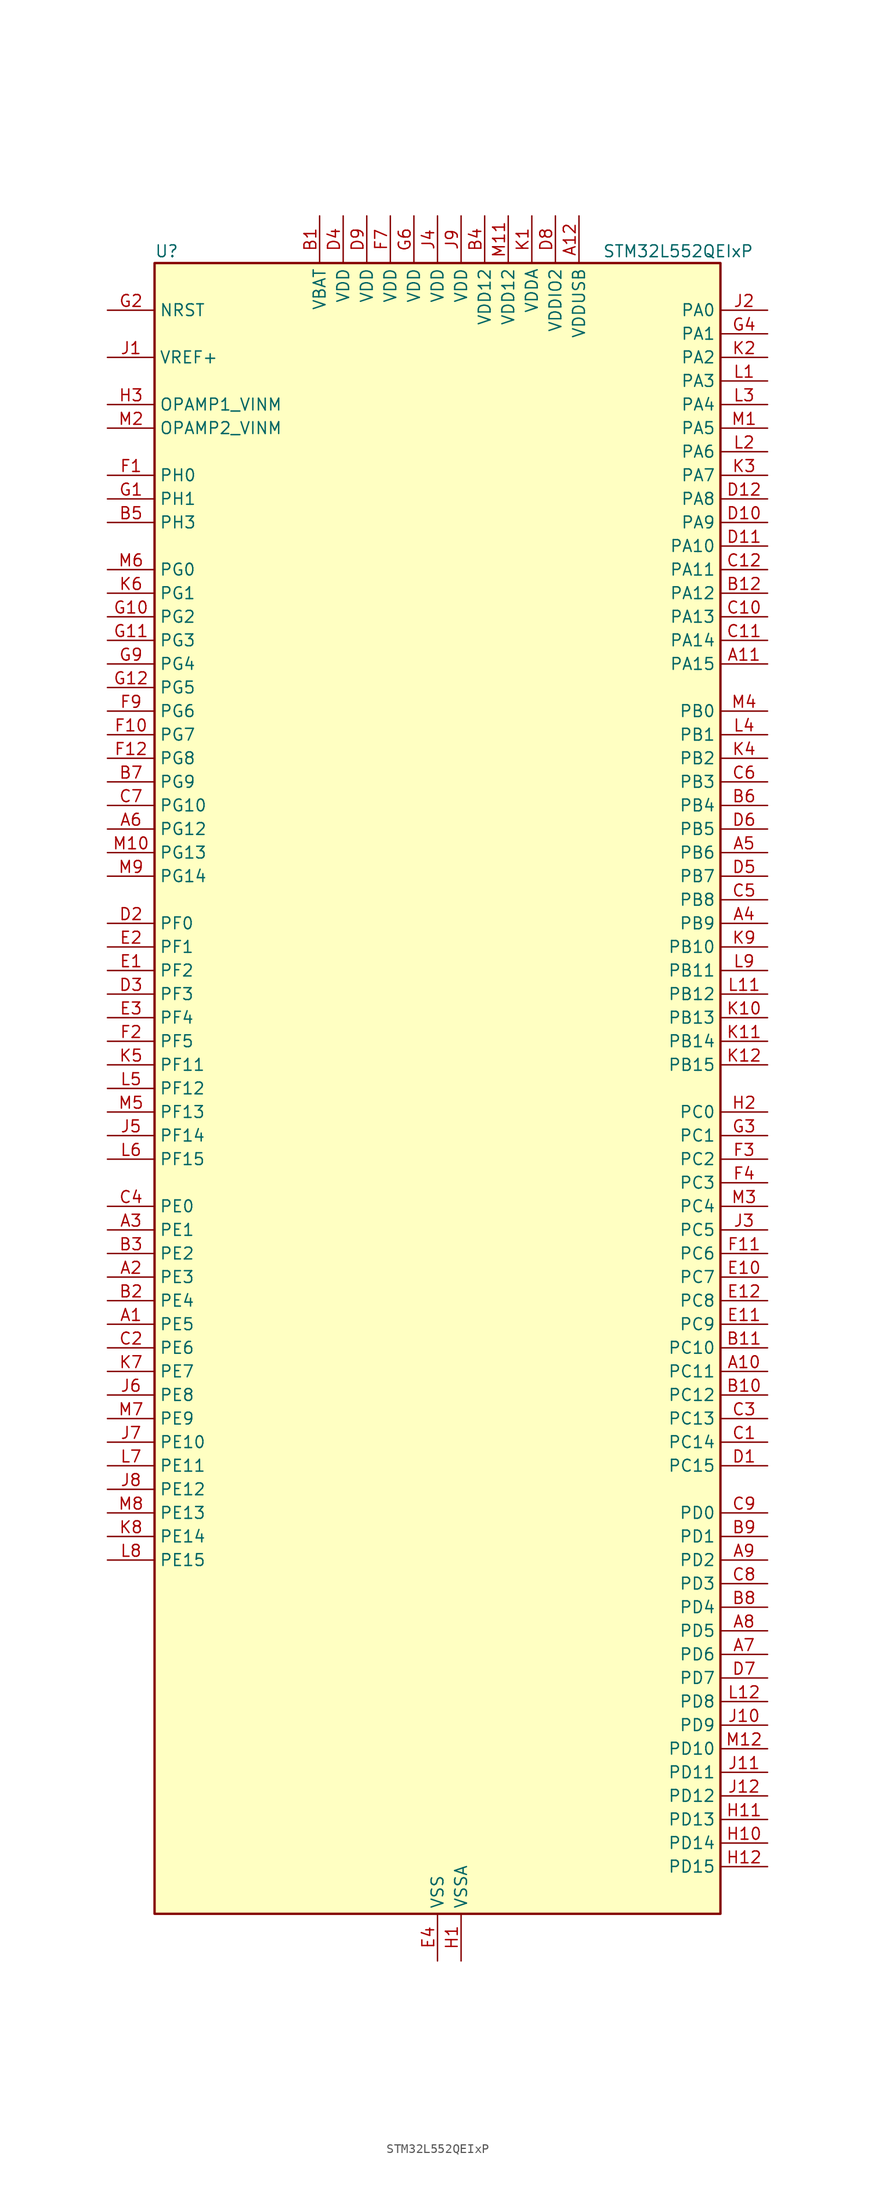
<source format=kicad_sym>
(kicad_symbol_lib
  (version 20241209)
  (generator "kicad_symbol_editor")
  (generator_version "9.0")
  (symbol "STM32L552QEIxP"
    (property "Reference" "U"
      (at -30.48 90.17 0)
      (effects (font (size 1.27 1.27)) (justify left)))
    (property "Value" "STM32L552QEIxP"
      (at 17.78 90.17 0)
      (effects (font (size 1.27 1.27)) (justify left)))
    (symbol "STM32L552QEIxP_0_1"
      (rectangle (start -30.48 -88.9) (end 30.48 88.9) (stroke (width 0.254) (type default)) (fill (type background))))
    (symbol "STM32L552QEIxP_1_1"
      (pin input line (at -35.56 83.82 0) (length 5.08) (name "NRST" (effects (font (size 1.27 1.27)))) (number "G2" (effects (font (size 1.27 1.27)))))
      (pin input line (at -35.56 78.74 0) (length 5.08) (name "VREF+" (effects (font (size 1.27 1.27)))) (number "J1" (effects (font (size 1.27 1.27)))) (alternate "VREFBUF_OUT" bidirectional line))
      (pin bidirectional line (at -35.56 73.66 0) (length 5.08) (name "OPAMP1_VINM" (effects (font (size 1.27 1.27)))) (number "H3" (effects (font (size 1.27 1.27)))) (alternate "OPAMP1_VINM" bidirectional line))
      (pin bidirectional line (at -35.56 71.12 0) (length 5.08) (name "OPAMP2_VINM" (effects (font (size 1.27 1.27)))) (number "M2" (effects (font (size 1.27 1.27)))) (alternate "OPAMP2_VINM" bidirectional line))
      (pin bidirectional line (at -35.56 66.04 0) (length 5.08) (name "PH0" (effects (font (size 1.27 1.27)))) (number "F1" (effects (font (size 1.27 1.27)))) (alternate "RCC_OSC_IN" bidirectional line))
      (pin bidirectional line (at -35.56 63.5 0) (length 5.08) (name "PH1" (effects (font (size 1.27 1.27)))) (number "G1" (effects (font (size 1.27 1.27)))) (alternate "RCC_OSC_OUT" bidirectional line))
      (pin bidirectional line (at -35.56 60.96 0) (length 5.08) (name "PH3" (effects (font (size 1.27 1.27)))) (number "B5" (effects (font (size 1.27 1.27)))))
      (pin bidirectional line (at -35.56 55.88 0) (length 5.08) (name "PG0" (effects (font (size 1.27 1.27)))) (number "M6" (effects (font (size 1.27 1.27)))) (alternate "FMC_A10" bidirectional line) (alternate "TSC_G8_IO3" bidirectional line))
      (pin bidirectional line (at -35.56 53.34 0) (length 5.08) (name "PG1" (effects (font (size 1.27 1.27)))) (number "K6" (effects (font (size 1.27 1.27)))) (alternate "FMC_A11" bidirectional line) (alternate "TSC_G8_IO4" bidirectional line))
      (pin bidirectional line (at -35.56 50.8 0) (length 5.08) (name "PG2" (effects (font (size 1.27 1.27)))) (number "G10" (effects (font (size 1.27 1.27)))) (alternate "FMC_A12" bidirectional line) (alternate "SAI2_SCK_B" bidirectional line) (alternate "SPI1_SCK" bidirectional line))
      (pin bidirectional line (at -35.56 48.26 0) (length 5.08) (name "PG3" (effects (font (size 1.27 1.27)))) (number "G11" (effects (font (size 1.27 1.27)))) (alternate "FMC_A13" bidirectional line) (alternate "SAI2_FS_B" bidirectional line) (alternate "SPI1_MISO" bidirectional line))
      (pin bidirectional line (at -35.56 45.72 0) (length 5.08) (name "PG4" (effects (font (size 1.27 1.27)))) (number "G9" (effects (font (size 1.27 1.27)))) (alternate "FMC_A14" bidirectional line) (alternate "SAI2_MCLK_B" bidirectional line) (alternate "SPI1_MOSI" bidirectional line))
      (pin bidirectional line (at -35.56 43.18 0) (length 5.08) (name "PG5" (effects (font (size 1.27 1.27)))) (number "G12" (effects (font (size 1.27 1.27)))) (alternate "FMC_A15" bidirectional line) (alternate "LPUART1_CTS" bidirectional line) (alternate "SAI2_SD_B" bidirectional line) (alternate "SPI1_NSS" bidirectional line))
      (pin bidirectional line (at -35.56 40.64 0) (length 5.08) (name "PG6" (effects (font (size 1.27 1.27)))) (number "F9" (effects (font (size 1.27 1.27)))) (alternate "I2C3_SMBA" bidirectional line) (alternate "LPUART1_DE" bidirectional line) (alternate "LPUART1_RTS" bidirectional line) (alternate "OCTOSPI1_DQS" bidirectional line) (alternate "UCPD1_FRSTX1" bidirectional line))
      (pin bidirectional line (at -35.56 38.1 0) (length 5.08) (name "PG7" (effects (font (size 1.27 1.27)))) (number "F10" (effects (font (size 1.27 1.27)))) (alternate "DFSDM1_CKOUT" bidirectional line) (alternate "FMC_INT" bidirectional line) (alternate "I2C3_SCL" bidirectional line) (alternate "LPUART1_TX" bidirectional line) (alternate "SAI1_CK1" bidirectional line) (alternate "SAI1_MCLK_A" bidirectional line) (alternate "UCPD1_FRSTX2" bidirectional line))
      (pin bidirectional line (at -35.56 35.56 0) (length 5.08) (name "PG8" (effects (font (size 1.27 1.27)))) (number "F12" (effects (font (size 1.27 1.27)))) (alternate "I2C3_SDA" bidirectional line) (alternate "LPUART1_RX" bidirectional line))
      (pin bidirectional line (at -35.56 33.02 0) (length 5.08) (name "PG9" (effects (font (size 1.27 1.27)))) (number "B7" (effects (font (size 1.27 1.27)))) (alternate "DAC1_EXTI9" bidirectional line) (alternate "FMC_NCE" bidirectional line) (alternate "FMC_NE2" bidirectional line) (alternate "SAI2_SCK_A" bidirectional line) (alternate "SPI3_SCK" bidirectional line) (alternate "TIM15_CH1N" bidirectional line) (alternate "USART1_TX" bidirectional line))
      (pin bidirectional line (at -35.56 30.48 0) (length 5.08) (name "PG10" (effects (font (size 1.27 1.27)))) (number "C7" (effects (font (size 1.27 1.27)))) (alternate "FMC_NE3" bidirectional line) (alternate "LPTIM1_IN1" bidirectional line) (alternate "SAI2_FS_A" bidirectional line) (alternate "SPI3_MISO" bidirectional line) (alternate "TIM15_CH1" bidirectional line) (alternate "USART1_RX" bidirectional line))
      (pin bidirectional line (at -35.56 27.94 0) (length 5.08) (name "PG12" (effects (font (size 1.27 1.27)))) (number "A6" (effects (font (size 1.27 1.27)))) (alternate "FMC_NE4" bidirectional line) (alternate "LPTIM1_ETR" bidirectional line) (alternate "SAI2_SD_A" bidirectional line) (alternate "SPI3_NSS" bidirectional line) (alternate "USART1_DE" bidirectional line) (alternate "USART1_RTS" bidirectional line))
      (pin bidirectional line (at -35.56 25.4 0) (length 5.08) (name "PG13" (effects (font (size 1.27 1.27)))) (number "M10" (effects (font (size 1.27 1.27)))) (alternate "FMC_A24" bidirectional line) (alternate "I2C1_SDA" bidirectional line) (alternate "USART1_CK" bidirectional line))
      (pin bidirectional line (at -35.56 22.86 0) (length 5.08) (name "PG14" (effects (font (size 1.27 1.27)))) (number "M9" (effects (font (size 1.27 1.27)))) (alternate "FMC_A25" bidirectional line) (alternate "I2C1_SCL" bidirectional line))
      (pin bidirectional line (at -35.56 17.78 0) (length 5.08) (name "PF0" (effects (font (size 1.27 1.27)))) (number "D2" (effects (font (size 1.27 1.27)))) (alternate "FMC_A0" bidirectional line) (alternate "I2C2_SDA" bidirectional line))
      (pin bidirectional line (at -35.56 15.24 0) (length 5.08) (name "PF1" (effects (font (size 1.27 1.27)))) (number "E2" (effects (font (size 1.27 1.27)))) (alternate "FMC_A1" bidirectional line) (alternate "I2C2_SCL" bidirectional line))
      (pin bidirectional line (at -35.56 12.7 0) (length 5.08) (name "PF2" (effects (font (size 1.27 1.27)))) (number "E1" (effects (font (size 1.27 1.27)))) (alternate "FMC_A2" bidirectional line) (alternate "I2C2_SMBA" bidirectional line))
      (pin bidirectional line (at -35.56 10.16 0) (length 5.08) (name "PF3" (effects (font (size 1.27 1.27)))) (number "D3" (effects (font (size 1.27 1.27)))) (alternate "FMC_A3" bidirectional line) (alternate "LPTIM3_IN1" bidirectional line))
      (pin bidirectional line (at -35.56 7.62 0) (length 5.08) (name "PF4" (effects (font (size 1.27 1.27)))) (number "E3" (effects (font (size 1.27 1.27)))) (alternate "FMC_A4" bidirectional line) (alternate "LPTIM3_ETR" bidirectional line))
      (pin bidirectional line (at -35.56 5.08 0) (length 5.08) (name "PF5" (effects (font (size 1.27 1.27)))) (number "F2" (effects (font (size 1.27 1.27)))) (alternate "FMC_A5" bidirectional line) (alternate "LPTIM3_OUT" bidirectional line))
      (pin bidirectional line (at -35.56 2.54 0) (length 5.08) (name "PF11" (effects (font (size 1.27 1.27)))) (number "K5" (effects (font (size 1.27 1.27)))) (alternate "ADC1_EXTI11" bidirectional line) (alternate "ADC2_EXTI11" bidirectional line) (alternate "OCTOSPI1_NCLK" bidirectional line))
      (pin bidirectional line (at -35.56 0 0) (length 5.08) (name "PF12" (effects (font (size 1.27 1.27)))) (number "L5" (effects (font (size 1.27 1.27)))) (alternate "FMC_A6" bidirectional line))
      (pin bidirectional line (at -35.56 -2.54 0) (length 5.08) (name "PF13" (effects (font (size 1.27 1.27)))) (number "M5" (effects (font (size 1.27 1.27)))) (alternate "FMC_A7" bidirectional line) (alternate "I2C4_SMBA" bidirectional line))
      (pin bidirectional line (at -35.56 -5.08 0) (length 5.08) (name "PF14" (effects (font (size 1.27 1.27)))) (number "J5" (effects (font (size 1.27 1.27)))) (alternate "FMC_A8" bidirectional line) (alternate "I2C4_SCL" bidirectional line) (alternate "TSC_G8_IO1" bidirectional line))
      (pin bidirectional line (at -35.56 -7.62 0) (length 5.08) (name "PF15" (effects (font (size 1.27 1.27)))) (number "L6" (effects (font (size 1.27 1.27)))) (alternate "ADC1_EXTI15" bidirectional line) (alternate "ADC2_EXTI15" bidirectional line) (alternate "FMC_A9" bidirectional line) (alternate "I2C4_SDA" bidirectional line) (alternate "TSC_G8_IO2" bidirectional line))
      (pin bidirectional line (at -35.56 -12.7 0) (length 5.08) (name "PE0" (effects (font (size 1.27 1.27)))) (number "C4" (effects (font (size 1.27 1.27)))) (alternate "FMC_NBL0" bidirectional line) (alternate "TIM16_CH1" bidirectional line) (alternate "TIM4_ETR" bidirectional line))
      (pin bidirectional line (at -35.56 -15.24 0) (length 5.08) (name "PE1" (effects (font (size 1.27 1.27)))) (number "A3" (effects (font (size 1.27 1.27)))) (alternate "FMC_NBL1" bidirectional line) (alternate "TIM17_CH1" bidirectional line))
      (pin bidirectional line (at -35.56 -17.78 0) (length 5.08) (name "PE2" (effects (font (size 1.27 1.27)))) (number "B3" (effects (font (size 1.27 1.27)))) (alternate "DEBUG_TRACECLK" bidirectional line) (alternate "FMC_A23" bidirectional line) (alternate "SAI1_CK1" bidirectional line) (alternate "SAI1_MCLK_A" bidirectional line) (alternate "TIM3_ETR" bidirectional line) (alternate "TSC_G7_IO1" bidirectional line))
      (pin bidirectional line (at -35.56 -20.32 0) (length 5.08) (name "PE3" (effects (font (size 1.27 1.27)))) (number "A2" (effects (font (size 1.27 1.27)))) (alternate "DEBUG_TRACED0" bidirectional line) (alternate "FMC_A19" bidirectional line) (alternate "OCTOSPI1_DQS" bidirectional line) (alternate "SAI1_SD_B" bidirectional line) (alternate "TIM3_CH1" bidirectional line) (alternate "TSC_G7_IO2" bidirectional line))
      (pin bidirectional line (at -35.56 -22.86 0) (length 5.08) (name "PE4" (effects (font (size 1.27 1.27)))) (number "B2" (effects (font (size 1.27 1.27)))) (alternate "DEBUG_TRACED1" bidirectional line) (alternate "DFSDM1_DATIN3" bidirectional line) (alternate "FMC_A20" bidirectional line) (alternate "SAI1_D2" bidirectional line) (alternate "SAI1_FS_A" bidirectional line) (alternate "TIM3_CH2" bidirectional line) (alternate "TSC_G7_IO3" bidirectional line))
      (pin bidirectional line (at -35.56 -25.4 0) (length 5.08) (name "PE5" (effects (font (size 1.27 1.27)))) (number "A1" (effects (font (size 1.27 1.27)))) (alternate "DEBUG_TRACED2" bidirectional line) (alternate "DFSDM1_CKIN3" bidirectional line) (alternate "FMC_A21" bidirectional line) (alternate "SAI1_CK2" bidirectional line) (alternate "SAI1_SCK_A" bidirectional line) (alternate "TIM3_CH3" bidirectional line) (alternate "TSC_G7_IO4" bidirectional line))
      (pin bidirectional line (at -35.56 -27.94 0) (length 5.08) (name "PE6" (effects (font (size 1.27 1.27)))) (number "C2" (effects (font (size 1.27 1.27)))) (alternate "DEBUG_TRACED3" bidirectional line) (alternate "FMC_A22" bidirectional line) (alternate "PWR_WKUP3" bidirectional line) (alternate "SAI1_D1" bidirectional line) (alternate "SAI1_SD_A" bidirectional line) (alternate "TAMP_IN3" bidirectional line) (alternate "TAMP_OUT6" bidirectional line) (alternate "TIM3_CH4" bidirectional line))
      (pin bidirectional line (at -35.56 -30.48 0) (length 5.08) (name "PE7" (effects (font (size 1.27 1.27)))) (number "K7" (effects (font (size 1.27 1.27)))) (alternate "DFSDM1_DATIN2" bidirectional line) (alternate "FMC_D4" bidirectional line) (alternate "FMC_DA4" bidirectional line) (alternate "SAI1_SD_B" bidirectional line) (alternate "TIM1_ETR" bidirectional line))
      (pin bidirectional line (at -35.56 -33.02 0) (length 5.08) (name "PE8" (effects (font (size 1.27 1.27)))) (number "J6" (effects (font (size 1.27 1.27)))) (alternate "DFSDM1_CKIN2" bidirectional line) (alternate "FMC_D5" bidirectional line) (alternate "FMC_DA5" bidirectional line) (alternate "SAI1_SCK_B" bidirectional line) (alternate "TIM1_CH1N" bidirectional line))
      (pin bidirectional line (at -35.56 -35.56 0) (length 5.08) (name "PE9" (effects (font (size 1.27 1.27)))) (number "M7" (effects (font (size 1.27 1.27)))) (alternate "DAC1_EXTI9" bidirectional line) (alternate "DFSDM1_CKOUT" bidirectional line) (alternate "FMC_D6" bidirectional line) (alternate "FMC_DA6" bidirectional line) (alternate "OCTOSPI1_NCLK" bidirectional line) (alternate "SAI1_FS_B" bidirectional line) (alternate "TIM1_CH1" bidirectional line))
      (pin bidirectional line (at -35.56 -38.1 0) (length 5.08) (name "PE10" (effects (font (size 1.27 1.27)))) (number "J7" (effects (font (size 1.27 1.27)))) (alternate "FMC_D7" bidirectional line) (alternate "FMC_DA7" bidirectional line) (alternate "OCTOSPI1_CLK" bidirectional line) (alternate "SAI1_MCLK_B" bidirectional line) (alternate "TIM1_CH2N" bidirectional line) (alternate "TSC_G5_IO1" bidirectional line))
      (pin bidirectional line (at -35.56 -40.64 0) (length 5.08) (name "PE11" (effects (font (size 1.27 1.27)))) (number "L7" (effects (font (size 1.27 1.27)))) (alternate "ADC1_EXTI11" bidirectional line) (alternate "ADC2_EXTI11" bidirectional line) (alternate "FMC_D8" bidirectional line) (alternate "FMC_DA8" bidirectional line) (alternate "OCTOSPI1_NCS" bidirectional line) (alternate "TIM1_CH2" bidirectional line) (alternate "TSC_G5_IO2" bidirectional line))
      (pin bidirectional line (at -35.56 -43.18 0) (length 5.08) (name "PE12" (effects (font (size 1.27 1.27)))) (number "J8" (effects (font (size 1.27 1.27)))) (alternate "FMC_D9" bidirectional line) (alternate "FMC_DA9" bidirectional line) (alternate "OCTOSPI1_IO0" bidirectional line) (alternate "SPI1_NSS" bidirectional line) (alternate "TIM1_CH3N" bidirectional line) (alternate "TSC_G5_IO3" bidirectional line))
      (pin bidirectional line (at -35.56 -45.72 0) (length 5.08) (name "PE13" (effects (font (size 1.27 1.27)))) (number "M8" (effects (font (size 1.27 1.27)))) (alternate "FMC_D10" bidirectional line) (alternate "FMC_DA10" bidirectional line) (alternate "OCTOSPI1_IO1" bidirectional line) (alternate "SPI1_SCK" bidirectional line) (alternate "TIM1_CH3" bidirectional line) (alternate "TSC_G5_IO4" bidirectional line))
      (pin bidirectional line (at -35.56 -48.26 0) (length 5.08) (name "PE14" (effects (font (size 1.27 1.27)))) (number "K8" (effects (font (size 1.27 1.27)))) (alternate "FMC_D11" bidirectional line) (alternate "FMC_DA11" bidirectional line) (alternate "OCTOSPI1_IO2" bidirectional line) (alternate "SPI1_MISO" bidirectional line) (alternate "TIM1_BKIN2" bidirectional line) (alternate "TIM1_CH4" bidirectional line))
      (pin bidirectional line (at -35.56 -50.8 0) (length 5.08) (name "PE15" (effects (font (size 1.27 1.27)))) (number "L8" (effects (font (size 1.27 1.27)))) (alternate "ADC1_EXTI15" bidirectional line) (alternate "ADC2_EXTI15" bidirectional line) (alternate "FMC_D12" bidirectional line) (alternate "FMC_DA12" bidirectional line) (alternate "OCTOSPI1_IO3" bidirectional line) (alternate "SPI1_MOSI" bidirectional line) (alternate "TIM1_BKIN" bidirectional line))
      (pin power_in line (at -12.7 93.98 270) (length 5.08) (name "VBAT" (effects (font (size 1.27 1.27)))) (number "B1" (effects (font (size 1.27 1.27)))))
      (pin power_in line (at -10.16 93.98 270) (length 5.08) (name "VDD" (effects (font (size 1.27 1.27)))) (number "D4" (effects (font (size 1.27 1.27)))))
      (pin power_in line (at -7.62 93.98 270) (length 5.08) (name "VDD" (effects (font (size 1.27 1.27)))) (number "D9" (effects (font (size 1.27 1.27)))))
      (pin power_in line (at -5.08 93.98 270) (length 5.08) (name "VDD" (effects (font (size 1.27 1.27)))) (number "F7" (effects (font (size 1.27 1.27)))))
      (pin power_in line (at -2.54 93.98 270) (length 5.08) (name "VDD" (effects (font (size 1.27 1.27)))) (number "G6" (effects (font (size 1.27 1.27)))))
      (pin power_in line (at 0 93.98 270) (length 5.08) (name "VDD" (effects (font (size 1.27 1.27)))) (number "J4" (effects (font (size 1.27 1.27)))))
      (pin power_in line (at 0 -93.98 90) (length 5.08) (name "VSS" (effects (font (size 1.27 1.27)))) (number "E4" (effects (font (size 1.27 1.27)))))
      (pin passive line (at 0 -93.98 90) (length 5.08) (hide yes) (name "VSS" (effects (font (size 1.27 1.27)))) (number "E9" (effects (font (size 1.27 1.27)))))
      (pin passive line (at 0 -93.98 90) (length 5.08) (hide yes) (name "VSS" (effects (font (size 1.27 1.27)))) (number "F6" (effects (font (size 1.27 1.27)))))
      (pin passive line (at 0 -93.98 90) (length 5.08) (hide yes) (name "VSS" (effects (font (size 1.27 1.27)))) (number "G7" (effects (font (size 1.27 1.27)))))
      (pin passive line (at 0 -93.98 90) (length 5.08) (hide yes) (name "VSS" (effects (font (size 1.27 1.27)))) (number "H4" (effects (font (size 1.27 1.27)))))
      (pin passive line (at 0 -93.98 90) (length 5.08) (hide yes) (name "VSS" (effects (font (size 1.27 1.27)))) (number "H9" (effects (font (size 1.27 1.27)))))
      (pin passive line (at 0 -93.98 90) (length 5.08) (hide yes) (name "VSS" (effects (font (size 1.27 1.27)))) (number "L10" (effects (font (size 1.27 1.27)))))
      (pin power_in line (at 2.54 93.98 270) (length 5.08) (name "VDD" (effects (font (size 1.27 1.27)))) (number "J9" (effects (font (size 1.27 1.27)))))
      (pin power_in line (at 2.54 -93.98 90) (length 5.08) (name "VSSA" (effects (font (size 1.27 1.27)))) (number "H1" (effects (font (size 1.27 1.27)))))
      (pin power_in line (at 5.08 93.98 270) (length 5.08) (name "VDD12" (effects (font (size 1.27 1.27)))) (number "B4" (effects (font (size 1.27 1.27)))))
      (pin power_in line (at 7.62 93.98 270) (length 5.08) (name "VDD12" (effects (font (size 1.27 1.27)))) (number "M11" (effects (font (size 1.27 1.27)))))
      (pin power_in line (at 10.16 93.98 270) (length 5.08) (name "VDDA" (effects (font (size 1.27 1.27)))) (number "K1" (effects (font (size 1.27 1.27)))))
      (pin power_in line (at 12.7 93.98 270) (length 5.08) (name "VDDIO2" (effects (font (size 1.27 1.27)))) (number "D8" (effects (font (size 1.27 1.27)))))
      (pin power_in line (at 15.24 93.98 270) (length 5.08) (name "VDDUSB" (effects (font (size 1.27 1.27)))) (number "A12" (effects (font (size 1.27 1.27)))))
      (pin bidirectional line (at 35.56 83.82 180) (length 5.08) (name "PA0" (effects (font (size 1.27 1.27)))) (number "J2" (effects (font (size 1.27 1.27)))) (alternate "ADC1_IN5" bidirectional line) (alternate "ADC2_IN5" bidirectional line) (alternate "OPAMP1_VINP" bidirectional line) (alternate "PWR_WKUP1" bidirectional line) (alternate "SAI1_EXTCLK" bidirectional line) (alternate "TAMP_IN2" bidirectional line) (alternate "TAMP_OUT1" bidirectional line) (alternate "TIM2_CH1" bidirectional line) (alternate "TIM2_ETR" bidirectional line) (alternate "TIM5_CH1" bidirectional line) (alternate "TIM8_ETR" bidirectional line) (alternate "UART4_TX" bidirectional line) (alternate "USART2_CTS" bidirectional line) (alternate "USART2_NSS" bidirectional line))
      (pin bidirectional line (at 35.56 81.28 180) (length 5.08) (name "PA1" (effects (font (size 1.27 1.27)))) (number "G4" (effects (font (size 1.27 1.27)))) (alternate "ADC1_IN6" bidirectional line) (alternate "ADC2_IN6" bidirectional line) (alternate "I2C1_SMBA" bidirectional line) (alternate "OCTOSPI1_DQS" bidirectional line) (alternate "OPAMP1_VINM" bidirectional line) (alternate "SPI1_SCK" bidirectional line) (alternate "TAMP_IN5" bidirectional line) (alternate "TAMP_OUT4" bidirectional line) (alternate "TIM15_CH1N" bidirectional line) (alternate "TIM2_CH2" bidirectional line) (alternate "TIM5_CH2" bidirectional line) (alternate "UART4_RX" bidirectional line) (alternate "USART2_DE" bidirectional line) (alternate "USART2_RTS" bidirectional line))
      (pin bidirectional line (at 35.56 78.74 180) (length 5.08) (name "PA2" (effects (font (size 1.27 1.27)))) (number "K2" (effects (font (size 1.27 1.27)))) (alternate "ADC1_IN7" bidirectional line) (alternate "ADC2_IN7" bidirectional line) (alternate "COMP1_INP" bidirectional line) (alternate "LPUART1_TX" bidirectional line) (alternate "OCTOSPI1_NCS" bidirectional line) (alternate "PWR_WKUP4" bidirectional line) (alternate "RCC_LSCO" bidirectional line) (alternate "SAI2_EXTCLK" bidirectional line) (alternate "TIM15_CH1" bidirectional line) (alternate "TIM2_CH3" bidirectional line) (alternate "TIM5_CH3" bidirectional line) (alternate "UCPD1_FRSTX1" bidirectional line) (alternate "USART2_TX" bidirectional line))
      (pin bidirectional line (at 35.56 76.2 180) (length 5.08) (name "PA3" (effects (font (size 1.27 1.27)))) (number "L1" (effects (font (size 1.27 1.27)))) (alternate "ADC1_IN8" bidirectional line) (alternate "ADC2_IN8" bidirectional line) (alternate "LPUART1_RX" bidirectional line) (alternate "OCTOSPI1_CLK" bidirectional line) (alternate "OPAMP1_VOUT" bidirectional line) (alternate "SAI1_CK1" bidirectional line) (alternate "SAI1_MCLK_A" bidirectional line) (alternate "TIM15_CH2" bidirectional line) (alternate "TIM2_CH4" bidirectional line) (alternate "TIM5_CH4" bidirectional line) (alternate "USART2_RX" bidirectional line))
      (pin bidirectional line (at 35.56 73.66 180) (length 5.08) (name "PA4" (effects (font (size 1.27 1.27)))) (number "L3" (effects (font (size 1.27 1.27)))) (alternate "ADC1_IN9" bidirectional line) (alternate "ADC2_IN9" bidirectional line) (alternate "DAC1_OUT1" bidirectional line) (alternate "LPTIM2_OUT" bidirectional line) (alternate "OCTOSPI1_NCS" bidirectional line) (alternate "SAI1_FS_B" bidirectional line) (alternate "SPI1_NSS" bidirectional line) (alternate "SPI3_NSS" bidirectional line) (alternate "USART2_CK" bidirectional line))
      (pin bidirectional line (at 35.56 71.12 180) (length 5.08) (name "PA5" (effects (font (size 1.27 1.27)))) (number "M1" (effects (font (size 1.27 1.27)))) (alternate "ADC1_IN10" bidirectional line) (alternate "ADC2_IN10" bidirectional line) (alternate "DAC1_OUT2" bidirectional line) (alternate "LPTIM2_ETR" bidirectional line) (alternate "SPI1_SCK" bidirectional line) (alternate "TIM2_CH1" bidirectional line) (alternate "TIM2_ETR" bidirectional line) (alternate "TIM8_CH1N" bidirectional line))
      (pin bidirectional line (at 35.56 68.58 180) (length 5.08) (name "PA6" (effects (font (size 1.27 1.27)))) (number "L2" (effects (font (size 1.27 1.27)))) (alternate "ADC1_IN11" bidirectional line) (alternate "ADC2_IN11" bidirectional line) (alternate "LPUART1_CTS" bidirectional line) (alternate "OCTOSPI1_IO3" bidirectional line) (alternate "OPAMP2_VINP" bidirectional line) (alternate "SPI1_MISO" bidirectional line) (alternate "TIM16_CH1" bidirectional line) (alternate "TIM1_BKIN" bidirectional line) (alternate "TIM3_CH1" bidirectional line) (alternate "TIM8_BKIN" bidirectional line) (alternate "USART3_CTS" bidirectional line) (alternate "USART3_NSS" bidirectional line))
      (pin bidirectional line (at 35.56 66.04 180) (length 5.08) (name "PA7" (effects (font (size 1.27 1.27)))) (number "K3" (effects (font (size 1.27 1.27)))) (alternate "ADC1_IN12" bidirectional line) (alternate "ADC2_IN12" bidirectional line) (alternate "I2C3_SCL" bidirectional line) (alternate "OCTOSPI1_IO2" bidirectional line) (alternate "OPAMP2_VINM" bidirectional line) (alternate "SPI1_MOSI" bidirectional line) (alternate "TIM17_CH1" bidirectional line) (alternate "TIM1_CH1N" bidirectional line) (alternate "TIM3_CH2" bidirectional line) (alternate "TIM8_CH1N" bidirectional line))
      (pin bidirectional line (at 35.56 63.5 180) (length 5.08) (name "PA8" (effects (font (size 1.27 1.27)))) (number "D12" (effects (font (size 1.27 1.27)))) (alternate "LPTIM2_OUT" bidirectional line) (alternate "RCC_MCO" bidirectional line) (alternate "SAI1_CK2" bidirectional line) (alternate "SAI1_SCK_A" bidirectional line) (alternate "TIM1_CH1" bidirectional line) (alternate "USART1_CK" bidirectional line))
      (pin bidirectional line (at 35.56 60.96 180) (length 5.08) (name "PA9" (effects (font (size 1.27 1.27)))) (number "D10" (effects (font (size 1.27 1.27)))) (alternate "DAC1_EXTI9" bidirectional line) (alternate "SAI1_FS_A" bidirectional line) (alternate "SPI2_SCK" bidirectional line) (alternate "TIM15_BKIN" bidirectional line) (alternate "TIM1_CH2" bidirectional line) (alternate "USART1_TX" bidirectional line))
      (pin bidirectional line (at 35.56 58.42 180) (length 5.08) (name "PA10" (effects (font (size 1.27 1.27)))) (number "D11" (effects (font (size 1.27 1.27)))) (alternate "CRS_SYNC" bidirectional line) (alternate "SAI1_D1" bidirectional line) (alternate "SAI1_SD_A" bidirectional line) (alternate "TIM17_BKIN" bidirectional line) (alternate "TIM1_CH3" bidirectional line) (alternate "USART1_RX" bidirectional line))
      (pin bidirectional line (at 35.56 55.88 180) (length 5.08) (name "PA11" (effects (font (size 1.27 1.27)))) (number "C12" (effects (font (size 1.27 1.27)))) (alternate "ADC1_EXTI11" bidirectional line) (alternate "ADC2_EXTI11" bidirectional line) (alternate "FDCAN1_RX" bidirectional line) (alternate "SPI1_MISO" bidirectional line) (alternate "TIM1_BKIN2" bidirectional line) (alternate "TIM1_CH4" bidirectional line) (alternate "USART1_CTS" bidirectional line) (alternate "USART1_NSS" bidirectional line) (alternate "USB_DM" bidirectional line))
      (pin bidirectional line (at 35.56 53.34 180) (length 5.08) (name "PA12" (effects (font (size 1.27 1.27)))) (number "B12" (effects (font (size 1.27 1.27)))) (alternate "FDCAN1_TX" bidirectional line) (alternate "SPI1_MOSI" bidirectional line) (alternate "TIM1_ETR" bidirectional line) (alternate "USART1_DE" bidirectional line) (alternate "USART1_RTS" bidirectional line) (alternate "USB_DP" bidirectional line))
      (pin bidirectional line (at 35.56 50.8 180) (length 5.08) (name "PA13" (effects (font (size 1.27 1.27)))) (number "C10" (effects (font (size 1.27 1.27)))) (alternate "DEBUG_JTMS-SWDIO" bidirectional line) (alternate "IR_OUT" bidirectional line) (alternate "SAI1_SD_B" bidirectional line) (alternate "USB_NOE" bidirectional line))
      (pin bidirectional line (at 35.56 48.26 180) (length 5.08) (name "PA14" (effects (font (size 1.27 1.27)))) (number "C11" (effects (font (size 1.27 1.27)))) (alternate "DEBUG_JTCK-SWCLK" bidirectional line) (alternate "I2C1_SMBA" bidirectional line) (alternate "I2C4_SMBA" bidirectional line) (alternate "LPTIM1_OUT" bidirectional line) (alternate "SAI1_FS_B" bidirectional line))
      (pin bidirectional line (at 35.56 45.72 180) (length 5.08) (name "PA15" (effects (font (size 1.27 1.27)))) (number "A11" (effects (font (size 1.27 1.27)))) (alternate "ADC1_EXTI15" bidirectional line) (alternate "ADC2_EXTI15" bidirectional line) (alternate "DEBUG_JTDI" bidirectional line) (alternate "SAI2_FS_B" bidirectional line) (alternate "SPI1_NSS" bidirectional line) (alternate "SPI3_NSS" bidirectional line) (alternate "TIM2_CH1" bidirectional line) (alternate "TIM2_ETR" bidirectional line) (alternate "UART4_DE" bidirectional line) (alternate "UART4_RTS" bidirectional line) (alternate "UCPD1_CC1" bidirectional line) (alternate "USART2_RX" bidirectional line) (alternate "USART3_DE" bidirectional line) (alternate "USART3_RTS" bidirectional line))
      (pin bidirectional line (at 35.56 40.64 180) (length 5.08) (name "PB0" (effects (font (size 1.27 1.27)))) (number "M4" (effects (font (size 1.27 1.27)))) (alternate "ADC1_IN15" bidirectional line) (alternate "ADC2_IN15" bidirectional line) (alternate "COMP1_OUT" bidirectional line) (alternate "OCTOSPI1_IO1" bidirectional line) (alternate "OPAMP2_VOUT" bidirectional line) (alternate "SAI1_EXTCLK" bidirectional line) (alternate "SPI1_NSS" bidirectional line) (alternate "TIM1_CH2N" bidirectional line) (alternate "TIM3_CH3" bidirectional line) (alternate "TIM8_CH2N" bidirectional line) (alternate "USART3_CK" bidirectional line))
      (pin bidirectional line (at 35.56 38.1 180) (length 5.08) (name "PB1" (effects (font (size 1.27 1.27)))) (number "L4" (effects (font (size 1.27 1.27)))) (alternate "ADC1_IN16" bidirectional line) (alternate "ADC2_IN16" bidirectional line) (alternate "COMP1_INM" bidirectional line) (alternate "DFSDM1_DATIN0" bidirectional line) (alternate "LPTIM2_IN1" bidirectional line) (alternate "LPUART1_DE" bidirectional line) (alternate "LPUART1_RTS" bidirectional line) (alternate "OCTOSPI1_IO0" bidirectional line) (alternate "TIM1_CH3N" bidirectional line) (alternate "TIM3_CH4" bidirectional line) (alternate "TIM8_CH3N" bidirectional line) (alternate "USART3_DE" bidirectional line) (alternate "USART3_RTS" bidirectional line))
      (pin bidirectional line (at 35.56 35.56 180) (length 5.08) (name "PB2" (effects (font (size 1.27 1.27)))) (number "K4" (effects (font (size 1.27 1.27)))) (alternate "COMP1_INP" bidirectional line) (alternate "DFSDM1_CKIN0" bidirectional line) (alternate "I2C3_SMBA" bidirectional line) (alternate "LPTIM1_OUT" bidirectional line) (alternate "OCTOSPI1_DQS" bidirectional line) (alternate "RTC_OUT2" bidirectional line) (alternate "UCPD1_FRSTX1" bidirectional line))
      (pin bidirectional line (at 35.56 33.02 180) (length 5.08) (name "PB3" (effects (font (size 1.27 1.27)))) (number "C6" (effects (font (size 1.27 1.27)))) (alternate "COMP2_INM" bidirectional line) (alternate "CRS_SYNC" bidirectional line) (alternate "DEBUG_JTDO-SWO" bidirectional line) (alternate "SAI1_SCK_B" bidirectional line) (alternate "SPI1_SCK" bidirectional line) (alternate "SPI3_SCK" bidirectional line) (alternate "TIM2_CH2" bidirectional line) (alternate "USART1_DE" bidirectional line) (alternate "USART1_RTS" bidirectional line))
      (pin bidirectional line (at 35.56 30.48 180) (length 5.08) (name "PB4" (effects (font (size 1.27 1.27)))) (number "B6" (effects (font (size 1.27 1.27)))) (alternate "COMP2_INP" bidirectional line) (alternate "DEBUG_JTRST" bidirectional line) (alternate "I2C3_SDA" bidirectional line) (alternate "SAI1_MCLK_B" bidirectional line) (alternate "SPI1_MISO" bidirectional line) (alternate "SPI3_MISO" bidirectional line) (alternate "TIM17_BKIN" bidirectional line) (alternate "TIM3_CH1" bidirectional line) (alternate "TSC_G2_IO1" bidirectional line) (alternate "UART5_DE" bidirectional line) (alternate "UART5_RTS" bidirectional line) (alternate "USART1_CTS" bidirectional line) (alternate "USART1_NSS" bidirectional line))
      (pin bidirectional line (at 35.56 27.94 180) (length 5.08) (name "PB5" (effects (font (size 1.27 1.27)))) (number "D6" (effects (font (size 1.27 1.27)))) (alternate "COMP2_OUT" bidirectional line) (alternate "I2C1_SMBA" bidirectional line) (alternate "LPTIM1_IN1" bidirectional line) (alternate "OCTOSPI1_NCLK" bidirectional line) (alternate "SAI1_SD_B" bidirectional line) (alternate "SPI1_MOSI" bidirectional line) (alternate "SPI3_MOSI" bidirectional line) (alternate "TIM16_BKIN" bidirectional line) (alternate "TIM3_CH2" bidirectional line) (alternate "TSC_G2_IO2" bidirectional line) (alternate "UART5_CTS" bidirectional line) (alternate "UCPD1_DBCC1" bidirectional line) (alternate "USART1_CK" bidirectional line))
      (pin bidirectional line (at 35.56 25.4 180) (length 5.08) (name "PB6" (effects (font (size 1.27 1.27)))) (number "A5" (effects (font (size 1.27 1.27)))) (alternate "COMP2_INP" bidirectional line) (alternate "I2C1_SCL" bidirectional line) (alternate "I2C4_SCL" bidirectional line) (alternate "LPTIM1_ETR" bidirectional line) (alternate "SAI1_FS_B" bidirectional line) (alternate "TIM16_CH1N" bidirectional line) (alternate "TIM4_CH1" bidirectional line) (alternate "TIM8_BKIN2" bidirectional line) (alternate "TSC_G2_IO3" bidirectional line) (alternate "USART1_TX" bidirectional line))
      (pin bidirectional line (at 35.56 22.86 180) (length 5.08) (name "PB7" (effects (font (size 1.27 1.27)))) (number "D5" (effects (font (size 1.27 1.27)))) (alternate "COMP2_INM" bidirectional line) (alternate "FMC_NL" bidirectional line) (alternate "I2C1_SDA" bidirectional line) (alternate "I2C4_SDA" bidirectional line) (alternate "LPTIM1_IN2" bidirectional line) (alternate "PWR_PVD_IN" bidirectional line) (alternate "TIM17_CH1N" bidirectional line) (alternate "TIM4_CH2" bidirectional line) (alternate "TIM8_BKIN" bidirectional line) (alternate "TSC_G2_IO4" bidirectional line) (alternate "UART4_CTS" bidirectional line) (alternate "USART1_RX" bidirectional line))
      (pin bidirectional line (at 35.56 20.32 180) (length 5.08) (name "PB8" (effects (font (size 1.27 1.27)))) (number "C5" (effects (font (size 1.27 1.27)))) (alternate "DFSDM1_CKOUT" bidirectional line) (alternate "FDCAN1_RX" bidirectional line) (alternate "I2C1_SCL" bidirectional line) (alternate "SAI1_CK1" bidirectional line) (alternate "SAI1_MCLK_A" bidirectional line) (alternate "SDMMC1_CKIN" bidirectional line) (alternate "SDMMC1_D4" bidirectional line) (alternate "TIM16_CH1" bidirectional line) (alternate "TIM4_CH3" bidirectional line))
      (pin bidirectional line (at 35.56 17.78 180) (length 5.08) (name "PB9" (effects (font (size 1.27 1.27)))) (number "A4" (effects (font (size 1.27 1.27)))) (alternate "DAC1_EXTI9" bidirectional line) (alternate "FDCAN1_TX" bidirectional line) (alternate "I2C1_SDA" bidirectional line) (alternate "IR_OUT" bidirectional line) (alternate "SAI1_D2" bidirectional line) (alternate "SAI1_FS_A" bidirectional line) (alternate "SDMMC1_CDIR" bidirectional line) (alternate "SDMMC1_D5" bidirectional line) (alternate "SPI2_NSS" bidirectional line) (alternate "TIM17_CH1" bidirectional line) (alternate "TIM4_CH4" bidirectional line))
      (pin bidirectional line (at 35.56 15.24 180) (length 5.08) (name "PB10" (effects (font (size 1.27 1.27)))) (number "K9" (effects (font (size 1.27 1.27)))) (alternate "COMP1_OUT" bidirectional line) (alternate "I2C2_SCL" bidirectional line) (alternate "I2C4_SCL" bidirectional line) (alternate "LPTIM3_OUT" bidirectional line) (alternate "LPUART1_RX" bidirectional line) (alternate "OCTOSPI1_CLK" bidirectional line) (alternate "SAI1_SCK_A" bidirectional line) (alternate "SPI2_SCK" bidirectional line) (alternate "TIM2_CH3" bidirectional line) (alternate "TSC_SYNC" bidirectional line) (alternate "USART3_TX" bidirectional line))
      (pin bidirectional line (at 35.56 12.7 180) (length 5.08) (name "PB11" (effects (font (size 1.27 1.27)))) (number "L9" (effects (font (size 1.27 1.27)))) (alternate "ADC1_EXTI11" bidirectional line) (alternate "ADC2_EXTI11" bidirectional line) (alternate "COMP2_OUT" bidirectional line) (alternate "I2C2_SDA" bidirectional line) (alternate "I2C4_SDA" bidirectional line) (alternate "LPUART1_TX" bidirectional line) (alternate "OCTOSPI1_NCS" bidirectional line) (alternate "TIM2_CH4" bidirectional line) (alternate "USART3_RX" bidirectional line))
      (pin bidirectional line (at 35.56 10.16 180) (length 5.08) (name "PB12" (effects (font (size 1.27 1.27)))) (number "L11" (effects (font (size 1.27 1.27)))) (alternate "DFSDM1_DATIN1" bidirectional line) (alternate "I2C2_SMBA" bidirectional line) (alternate "LPUART1_DE" bidirectional line) (alternate "LPUART1_RTS" bidirectional line) (alternate "OCTOSPI1_NCLK" bidirectional line) (alternate "SAI2_FS_A" bidirectional line) (alternate "SPI2_NSS" bidirectional line) (alternate "TIM15_BKIN" bidirectional line) (alternate "TIM1_BKIN" bidirectional line) (alternate "TSC_G1_IO1" bidirectional line) (alternate "USART3_CK" bidirectional line))
      (pin bidirectional line (at 35.56 7.62 180) (length 5.08) (name "PB13" (effects (font (size 1.27 1.27)))) (number "K10" (effects (font (size 1.27 1.27)))) (alternate "DFSDM1_CKIN1" bidirectional line) (alternate "I2C2_SCL" bidirectional line) (alternate "LPTIM3_IN1" bidirectional line) (alternate "LPUART1_CTS" bidirectional line) (alternate "SAI2_SCK_A" bidirectional line) (alternate "SPI2_SCK" bidirectional line) (alternate "TIM15_CH1N" bidirectional line) (alternate "TIM1_CH1N" bidirectional line) (alternate "TSC_G1_IO2" bidirectional line) (alternate "UCPD1_FRSTX2" bidirectional line) (alternate "USART3_CTS" bidirectional line) (alternate "USART3_NSS" bidirectional line))
      (pin bidirectional line (at 35.56 5.08 180) (length 5.08) (name "PB14" (effects (font (size 1.27 1.27)))) (number "K11" (effects (font (size 1.27 1.27)))) (alternate "DFSDM1_DATIN2" bidirectional line) (alternate "I2C2_SDA" bidirectional line) (alternate "LPTIM3_ETR" bidirectional line) (alternate "SAI2_MCLK_A" bidirectional line) (alternate "SPI2_MISO" bidirectional line) (alternate "TIM15_CH1" bidirectional line) (alternate "TIM1_CH2N" bidirectional line) (alternate "TIM8_CH2N" bidirectional line) (alternate "TSC_G1_IO3" bidirectional line) (alternate "UCPD1_DBCC2" bidirectional line) (alternate "USART3_DE" bidirectional line) (alternate "USART3_RTS" bidirectional line))
      (pin bidirectional line (at 35.56 2.54 180) (length 5.08) (name "PB15" (effects (font (size 1.27 1.27)))) (number "K12" (effects (font (size 1.27 1.27)))) (alternate "ADC1_EXTI15" bidirectional line) (alternate "ADC2_EXTI15" bidirectional line) (alternate "DFSDM1_CKIN2" bidirectional line) (alternate "RTC_REFIN" bidirectional line) (alternate "SAI2_SD_A" bidirectional line) (alternate "SPI2_MOSI" bidirectional line) (alternate "TIM15_CH2" bidirectional line) (alternate "TIM1_CH3N" bidirectional line) (alternate "TIM8_CH3N" bidirectional line) (alternate "UCPD1_CC2" bidirectional line))
      (pin bidirectional line (at 35.56 -2.54 180) (length 5.08) (name "PC0" (effects (font (size 1.27 1.27)))) (number "H2" (effects (font (size 1.27 1.27)))) (alternate "ADC1_IN1" bidirectional line) (alternate "ADC2_IN1" bidirectional line) (alternate "I2C3_SCL" bidirectional line) (alternate "LPTIM1_IN1" bidirectional line) (alternate "LPTIM2_IN1" bidirectional line) (alternate "LPUART1_RX" bidirectional line) (alternate "OCTOSPI1_IO7" bidirectional line) (alternate "SAI2_FS_A" bidirectional line) (alternate "SDMMC1_D5" bidirectional line))
      (pin bidirectional line (at 35.56 -5.08 180) (length 5.08) (name "PC1" (effects (font (size 1.27 1.27)))) (number "G3" (effects (font (size 1.27 1.27)))) (alternate "ADC1_IN2" bidirectional line) (alternate "ADC2_IN2" bidirectional line) (alternate "DEBUG_TRACED0" bidirectional line) (alternate "I2C3_SDA" bidirectional line) (alternate "LPTIM1_OUT" bidirectional line) (alternate "LPUART1_TX" bidirectional line) (alternate "OCTOSPI1_IO4" bidirectional line) (alternate "SAI1_SD_A" bidirectional line) (alternate "SPI2_MOSI" bidirectional line))
      (pin bidirectional line (at 35.56 -7.62 180) (length 5.08) (name "PC2" (effects (font (size 1.27 1.27)))) (number "F3" (effects (font (size 1.27 1.27)))) (alternate "ADC1_IN3" bidirectional line) (alternate "ADC2_IN3" bidirectional line) (alternate "DFSDM1_CKOUT" bidirectional line) (alternate "LPTIM1_IN2" bidirectional line) (alternate "OCTOSPI1_IO5" bidirectional line) (alternate "SPI2_MISO" bidirectional line))
      (pin bidirectional line (at 35.56 -10.16 180) (length 5.08) (name "PC3" (effects (font (size 1.27 1.27)))) (number "F4" (effects (font (size 1.27 1.27)))) (alternate "ADC1_IN4" bidirectional line) (alternate "ADC2_IN4" bidirectional line) (alternate "LPTIM1_ETR" bidirectional line) (alternate "LPTIM2_ETR" bidirectional line) (alternate "LPTIM3_OUT" bidirectional line) (alternate "OCTOSPI1_IO6" bidirectional line) (alternate "SAI1_D1" bidirectional line) (alternate "SAI1_SD_A" bidirectional line) (alternate "SPI2_MOSI" bidirectional line))
      (pin bidirectional line (at 35.56 -12.7 180) (length 5.08) (name "PC4" (effects (font (size 1.27 1.27)))) (number "M3" (effects (font (size 1.27 1.27)))) (alternate "ADC1_IN13" bidirectional line) (alternate "ADC2_IN13" bidirectional line) (alternate "COMP1_INM" bidirectional line) (alternate "OCTOSPI1_IO7" bidirectional line) (alternate "USART3_TX" bidirectional line))
      (pin bidirectional line (at 35.56 -15.24 180) (length 5.08) (name "PC5" (effects (font (size 1.27 1.27)))) (number "J3" (effects (font (size 1.27 1.27)))) (alternate "ADC1_IN14" bidirectional line) (alternate "ADC2_IN14" bidirectional line) (alternate "COMP1_INP" bidirectional line) (alternate "PWR_WKUP5" bidirectional line) (alternate "SAI1_D3" bidirectional line) (alternate "TAMP_IN4" bidirectional line) (alternate "TAMP_OUT5" bidirectional line) (alternate "USART3_RX" bidirectional line))
      (pin bidirectional line (at 35.56 -17.78 180) (length 5.08) (name "PC6" (effects (font (size 1.27 1.27)))) (number "F11" (effects (font (size 1.27 1.27)))) (alternate "DFSDM1_CKIN3" bidirectional line) (alternate "SAI2_MCLK_A" bidirectional line) (alternate "SDMMC1_D0DIR" bidirectional line) (alternate "SDMMC1_D6" bidirectional line) (alternate "TIM3_CH1" bidirectional line) (alternate "TIM8_CH1" bidirectional line) (alternate "TSC_G4_IO1" bidirectional line))
      (pin bidirectional line (at 35.56 -20.32 180) (length 5.08) (name "PC7" (effects (font (size 1.27 1.27)))) (number "E10" (effects (font (size 1.27 1.27)))) (alternate "DFSDM1_DATIN3" bidirectional line) (alternate "SAI2_MCLK_B" bidirectional line) (alternate "SDMMC1_D123DIR" bidirectional line) (alternate "SDMMC1_D7" bidirectional line) (alternate "TIM3_CH2" bidirectional line) (alternate "TIM8_CH2" bidirectional line) (alternate "TSC_G4_IO2" bidirectional line))
      (pin bidirectional line (at 35.56 -22.86 180) (length 5.08) (name "PC8" (effects (font (size 1.27 1.27)))) (number "E12" (effects (font (size 1.27 1.27)))) (alternate "SDMMC1_D0" bidirectional line) (alternate "TIM3_CH3" bidirectional line) (alternate "TIM8_CH3" bidirectional line) (alternate "TSC_G4_IO3" bidirectional line))
      (pin bidirectional line (at 35.56 -25.4 180) (length 5.08) (name "PC9" (effects (font (size 1.27 1.27)))) (number "E11" (effects (font (size 1.27 1.27)))) (alternate "DAC1_EXTI9" bidirectional line) (alternate "DEBUG_TRACED0" bidirectional line) (alternate "SAI2_EXTCLK" bidirectional line) (alternate "SDMMC1_D1" bidirectional line) (alternate "TIM3_CH4" bidirectional line) (alternate "TIM8_BKIN2" bidirectional line) (alternate "TIM8_CH4" bidirectional line) (alternate "TSC_G4_IO4" bidirectional line) (alternate "USB_NOE" bidirectional line))
      (pin bidirectional line (at 35.56 -27.94 180) (length 5.08) (name "PC10" (effects (font (size 1.27 1.27)))) (number "B11" (effects (font (size 1.27 1.27)))) (alternate "DEBUG_TRACED1" bidirectional line) (alternate "LPTIM3_ETR" bidirectional line) (alternate "SAI2_SCK_B" bidirectional line) (alternate "SDMMC1_D2" bidirectional line) (alternate "SPI3_SCK" bidirectional line) (alternate "TSC_G3_IO2" bidirectional line) (alternate "UART4_TX" bidirectional line) (alternate "USART3_TX" bidirectional line))
      (pin bidirectional line (at 35.56 -30.48 180) (length 5.08) (name "PC11" (effects (font (size 1.27 1.27)))) (number "A10" (effects (font (size 1.27 1.27)))) (alternate "ADC1_EXTI11" bidirectional line) (alternate "ADC2_EXTI11" bidirectional line) (alternate "LPTIM3_IN1" bidirectional line) (alternate "OCTOSPI1_NCS" bidirectional line) (alternate "SAI2_MCLK_B" bidirectional line) (alternate "SDMMC1_D3" bidirectional line) (alternate "SPI3_MISO" bidirectional line) (alternate "TSC_G3_IO3" bidirectional line) (alternate "UART4_RX" bidirectional line) (alternate "UCPD1_FRSTX2" bidirectional line) (alternate "USART3_RX" bidirectional line))
      (pin bidirectional line (at 35.56 -33.02 180) (length 5.08) (name "PC12" (effects (font (size 1.27 1.27)))) (number "B10" (effects (font (size 1.27 1.27)))) (alternate "DEBUG_TRACED3" bidirectional line) (alternate "SAI2_SD_B" bidirectional line) (alternate "SDMMC1_CK" bidirectional line) (alternate "SPI3_MOSI" bidirectional line) (alternate "TSC_G3_IO4" bidirectional line) (alternate "UART5_TX" bidirectional line) (alternate "USART3_CK" bidirectional line))
      (pin bidirectional line (at 35.56 -35.56 180) (length 5.08) (name "PC13" (effects (font (size 1.27 1.27)))) (number "C3" (effects (font (size 1.27 1.27)))) (alternate "PWR_WKUP2" bidirectional line) (alternate "RTC_OUT1" bidirectional line) (alternate "RTC_TS" bidirectional line) (alternate "TAMP_IN1" bidirectional line) (alternate "TAMP_OUT2" bidirectional line))
      (pin bidirectional line (at 35.56 -38.1 180) (length 5.08) (name "PC14" (effects (font (size 1.27 1.27)))) (number "C1" (effects (font (size 1.27 1.27)))) (alternate "RCC_OSC32_IN" bidirectional line))
      (pin bidirectional line (at 35.56 -40.64 180) (length 5.08) (name "PC15" (effects (font (size 1.27 1.27)))) (number "D1" (effects (font (size 1.27 1.27)))) (alternate "ADC1_EXTI15" bidirectional line) (alternate "ADC2_EXTI15" bidirectional line) (alternate "RCC_OSC32_OUT" bidirectional line))
      (pin bidirectional line (at 35.56 -45.72 180) (length 5.08) (name "PD0" (effects (font (size 1.27 1.27)))) (number "C9" (effects (font (size 1.27 1.27)))) (alternate "FDCAN1_RX" bidirectional line) (alternate "FMC_D2" bidirectional line) (alternate "FMC_DA2" bidirectional line) (alternate "SPI2_NSS" bidirectional line))
      (pin bidirectional line (at 35.56 -48.26 180) (length 5.08) (name "PD1" (effects (font (size 1.27 1.27)))) (number "B9" (effects (font (size 1.27 1.27)))) (alternate "FDCAN1_TX" bidirectional line) (alternate "FMC_D3" bidirectional line) (alternate "FMC_DA3" bidirectional line) (alternate "SPI2_SCK" bidirectional line))
      (pin bidirectional line (at 35.56 -50.8 180) (length 5.08) (name "PD2" (effects (font (size 1.27 1.27)))) (number "A9" (effects (font (size 1.27 1.27)))) (alternate "DEBUG_TRACED2" bidirectional line) (alternate "SDMMC1_CMD" bidirectional line) (alternate "TIM3_ETR" bidirectional line) (alternate "TSC_SYNC" bidirectional line) (alternate "UART5_RX" bidirectional line) (alternate "USART3_DE" bidirectional line) (alternate "USART3_RTS" bidirectional line))
      (pin bidirectional line (at 35.56 -53.34 180) (length 5.08) (name "PD3" (effects (font (size 1.27 1.27)))) (number "C8" (effects (font (size 1.27 1.27)))) (alternate "DFSDM1_DATIN0" bidirectional line) (alternate "FMC_CLK" bidirectional line) (alternate "SPI2_MISO" bidirectional line) (alternate "SPI2_SCK" bidirectional line) (alternate "USART2_CTS" bidirectional line) (alternate "USART2_NSS" bidirectional line))
      (pin bidirectional line (at 35.56 -55.88 180) (length 5.08) (name "PD4" (effects (font (size 1.27 1.27)))) (number "B8" (effects (font (size 1.27 1.27)))) (alternate "DFSDM1_CKIN0" bidirectional line) (alternate "FMC_NOE" bidirectional line) (alternate "OCTOSPI1_IO4" bidirectional line) (alternate "SPI2_MOSI" bidirectional line) (alternate "USART2_DE" bidirectional line) (alternate "USART2_RTS" bidirectional line))
      (pin bidirectional line (at 35.56 -58.42 180) (length 5.08) (name "PD5" (effects (font (size 1.27 1.27)))) (number "A8" (effects (font (size 1.27 1.27)))) (alternate "FMC_NWE" bidirectional line) (alternate "OCTOSPI1_IO5" bidirectional line) (alternate "USART2_TX" bidirectional line))
      (pin bidirectional line (at 35.56 -60.96 180) (length 5.08) (name "PD6" (effects (font (size 1.27 1.27)))) (number "A7" (effects (font (size 1.27 1.27)))) (alternate "DFSDM1_DATIN1" bidirectional line) (alternate "FMC_NWAIT" bidirectional line) (alternate "OCTOSPI1_IO6" bidirectional line) (alternate "SAI1_D1" bidirectional line) (alternate "SAI1_SD_A" bidirectional line) (alternate "SPI3_MOSI" bidirectional line) (alternate "USART2_RX" bidirectional line))
      (pin bidirectional line (at 35.56 -63.5 180) (length 5.08) (name "PD7" (effects (font (size 1.27 1.27)))) (number "D7" (effects (font (size 1.27 1.27)))) (alternate "DFSDM1_CKIN1" bidirectional line) (alternate "FMC_NCE" bidirectional line) (alternate "FMC_NE1" bidirectional line) (alternate "OCTOSPI1_IO7" bidirectional line) (alternate "USART2_CK" bidirectional line))
      (pin bidirectional line (at 35.56 -66.04 180) (length 5.08) (name "PD8" (effects (font (size 1.27 1.27)))) (number "L12" (effects (font (size 1.27 1.27)))) (alternate "FMC_D13" bidirectional line) (alternate "FMC_DA13" bidirectional line) (alternate "USART3_TX" bidirectional line))
      (pin bidirectional line (at 35.56 -68.58 180) (length 5.08) (name "PD9" (effects (font (size 1.27 1.27)))) (number "J10" (effects (font (size 1.27 1.27)))) (alternate "DAC1_EXTI9" bidirectional line) (alternate "FMC_D14" bidirectional line) (alternate "FMC_DA14" bidirectional line) (alternate "SAI2_MCLK_A" bidirectional line) (alternate "USART3_RX" bidirectional line))
      (pin bidirectional line (at 35.56 -71.12 180) (length 5.08) (name "PD10" (effects (font (size 1.27 1.27)))) (number "M12" (effects (font (size 1.27 1.27)))) (alternate "FMC_D15" bidirectional line) (alternate "FMC_DA15" bidirectional line) (alternate "SAI2_SCK_A" bidirectional line) (alternate "TSC_G6_IO1" bidirectional line) (alternate "USART3_CK" bidirectional line))
      (pin bidirectional line (at 35.56 -73.66 180) (length 5.08) (name "PD11" (effects (font (size 1.27 1.27)))) (number "J11" (effects (font (size 1.27 1.27)))) (alternate "ADC1_EXTI11" bidirectional line) (alternate "ADC2_EXTI11" bidirectional line) (alternate "FMC_A16" bidirectional line) (alternate "FMC_CLE" bidirectional line) (alternate "I2C4_SMBA" bidirectional line) (alternate "LPTIM2_ETR" bidirectional line) (alternate "SAI2_SD_A" bidirectional line) (alternate "TSC_G6_IO2" bidirectional line) (alternate "USART3_CTS" bidirectional line) (alternate "USART3_NSS" bidirectional line))
      (pin bidirectional line (at 35.56 -76.2 180) (length 5.08) (name "PD12" (effects (font (size 1.27 1.27)))) (number "J12" (effects (font (size 1.27 1.27)))) (alternate "FMC_A17" bidirectional line) (alternate "FMC_ALE" bidirectional line) (alternate "I2C4_SCL" bidirectional line) (alternate "LPTIM2_IN1" bidirectional line) (alternate "SAI2_FS_A" bidirectional line) (alternate "TIM4_CH1" bidirectional line) (alternate "TSC_G6_IO3" bidirectional line) (alternate "USART3_DE" bidirectional line) (alternate "USART3_RTS" bidirectional line))
      (pin bidirectional line (at 35.56 -78.74 180) (length 5.08) (name "PD13" (effects (font (size 1.27 1.27)))) (number "H11" (effects (font (size 1.27 1.27)))) (alternate "FMC_A18" bidirectional line) (alternate "I2C4_SDA" bidirectional line) (alternate "LPTIM2_OUT" bidirectional line) (alternate "TIM4_CH2" bidirectional line) (alternate "TSC_G6_IO4" bidirectional line))
      (pin bidirectional line (at 35.56 -81.28 180) (length 5.08) (name "PD14" (effects (font (size 1.27 1.27)))) (number "H10" (effects (font (size 1.27 1.27)))) (alternate "FMC_D0" bidirectional line) (alternate "FMC_DA0" bidirectional line) (alternate "TIM4_CH3" bidirectional line))
      (pin bidirectional line (at 35.56 -83.82 180) (length 5.08) (name "PD15" (effects (font (size 1.27 1.27)))) (number "H12" (effects (font (size 1.27 1.27)))) (alternate "ADC1_EXTI15" bidirectional line) (alternate "ADC2_EXTI15" bidirectional line) (alternate "FMC_D1" bidirectional line) (alternate "FMC_DA1" bidirectional line) (alternate "TIM4_CH4" bidirectional line)))))
</source>
